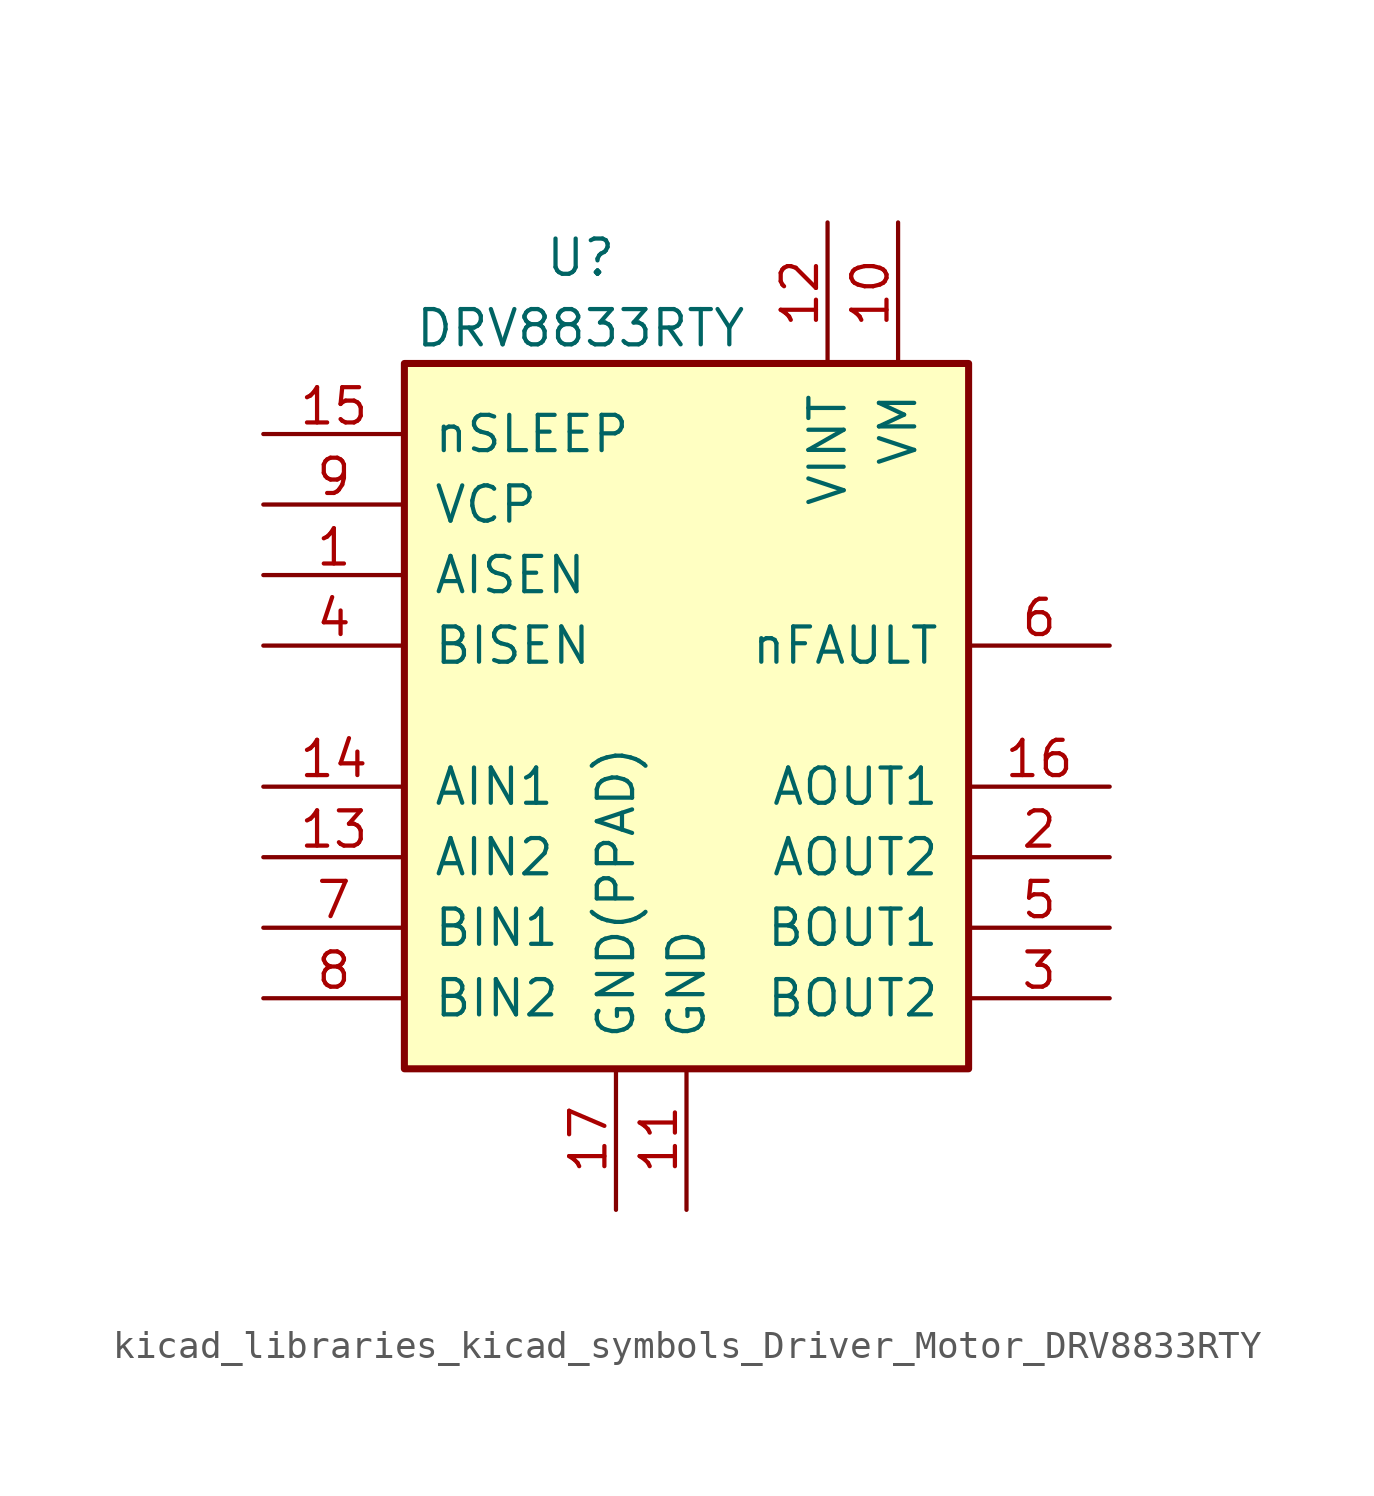
<source format=kicad_sym>
(kicad_symbol_lib
  (version 20220914)
  (generator kicad_symbol_editor)
  (symbol "kicad_libraries_kicad_symbols_Driver_Motor_DRV8833RTY"
    (pin_names
      (offset 1.016))
    (property "Reference" "U"
      (at -3.81 16.51 0)
      (effects (font (size 1.27 1.27))))
    (property "Value" "DRV8833RTY"
      (at -3.81 13.97 0)
      (effects (font (size 1.27 1.27))))
    (symbol "kicad_libraries_kicad_symbols_Driver_Motor_DRV8833RTY_0_1"
      (rectangle (start -10.16 12.7) (end 10.16 -12.7) (stroke (width 0.254) (type default)) (fill (type background))))
    (symbol "kicad_libraries_kicad_symbols_Driver_Motor_DRV8833RTY_1_1"
      (pin bidirectional line (at -15.24 5.08 0) (length 5.08) (name "AISEN" (effects (font (size 1.27 1.27)))) (number "1" (effects (font (size 1.27 1.27)))))
      (pin power_in line (at 7.62 17.78 270) (length 5.08) (name "VM" (effects (font (size 1.27 1.27)))) (number "10" (effects (font (size 1.27 1.27)))))
      (pin power_in line (at 0 -17.78 90) (length 5.08) (name "GND" (effects (font (size 1.27 1.27)))) (number "11" (effects (font (size 1.27 1.27)))))
      (pin power_in line (at 5.08 17.78 270) (length 5.08) (name "VINT" (effects (font (size 1.27 1.27)))) (number "12" (effects (font (size 1.27 1.27)))))
      (pin input line (at -15.24 -5.08 0) (length 5.08) (name "AIN2" (effects (font (size 1.27 1.27)))) (number "13" (effects (font (size 1.27 1.27)))))
      (pin input line (at -15.24 -2.54 0) (length 5.08) (name "AIN1" (effects (font (size 1.27 1.27)))) (number "14" (effects (font (size 1.27 1.27)))))
      (pin input line (at -15.24 10.16 0) (length 5.08) (name "nSLEEP" (effects (font (size 1.27 1.27)))) (number "15" (effects (font (size 1.27 1.27)))))
      (pin power_out line (at 15.24 -2.54 180) (length 5.08) (name "AOUT1" (effects (font (size 1.27 1.27)))) (number "16" (effects (font (size 1.27 1.27)))))
      (pin power_in line (at -2.54 -17.78 90) (length 5.08) (name "GND(PPAD)" (effects (font (size 1.27 1.27)))) (number "17" (effects (font (size 1.27 1.27)))))
      (pin power_out line (at 15.24 -5.08 180) (length 5.08) (name "AOUT2" (effects (font (size 1.27 1.27)))) (number "2" (effects (font (size 1.27 1.27)))))
      (pin power_out line (at 15.24 -10.16 180) (length 5.08) (name "BOUT2" (effects (font (size 1.27 1.27)))) (number "3" (effects (font (size 1.27 1.27)))))
      (pin bidirectional line (at -15.24 2.54 0) (length 5.08) (name "BISEN" (effects (font (size 1.27 1.27)))) (number "4" (effects (font (size 1.27 1.27)))))
      (pin power_out line (at 15.24 -7.62 180) (length 5.08) (name "BOUT1" (effects (font (size 1.27 1.27)))) (number "5" (effects (font (size 1.27 1.27)))))
      (pin open_collector line (at 15.24 2.54 180) (length 5.08) (name "nFAULT" (effects (font (size 1.27 1.27)))) (number "6" (effects (font (size 1.27 1.27)))))
      (pin input line (at -15.24 -7.62 0) (length 5.08) (name "BIN1" (effects (font (size 1.27 1.27)))) (number "7" (effects (font (size 1.27 1.27)))))
      (pin input line (at -15.24 -10.16 0) (length 5.08) (name "BIN2" (effects (font (size 1.27 1.27)))) (number "8" (effects (font (size 1.27 1.27)))))
      (pin bidirectional line (at -15.24 7.62 0) (length 5.08) (name "VCP" (effects (font (size 1.27 1.27)))) (number "9" (effects (font (size 1.27 1.27))))))))
</source>
